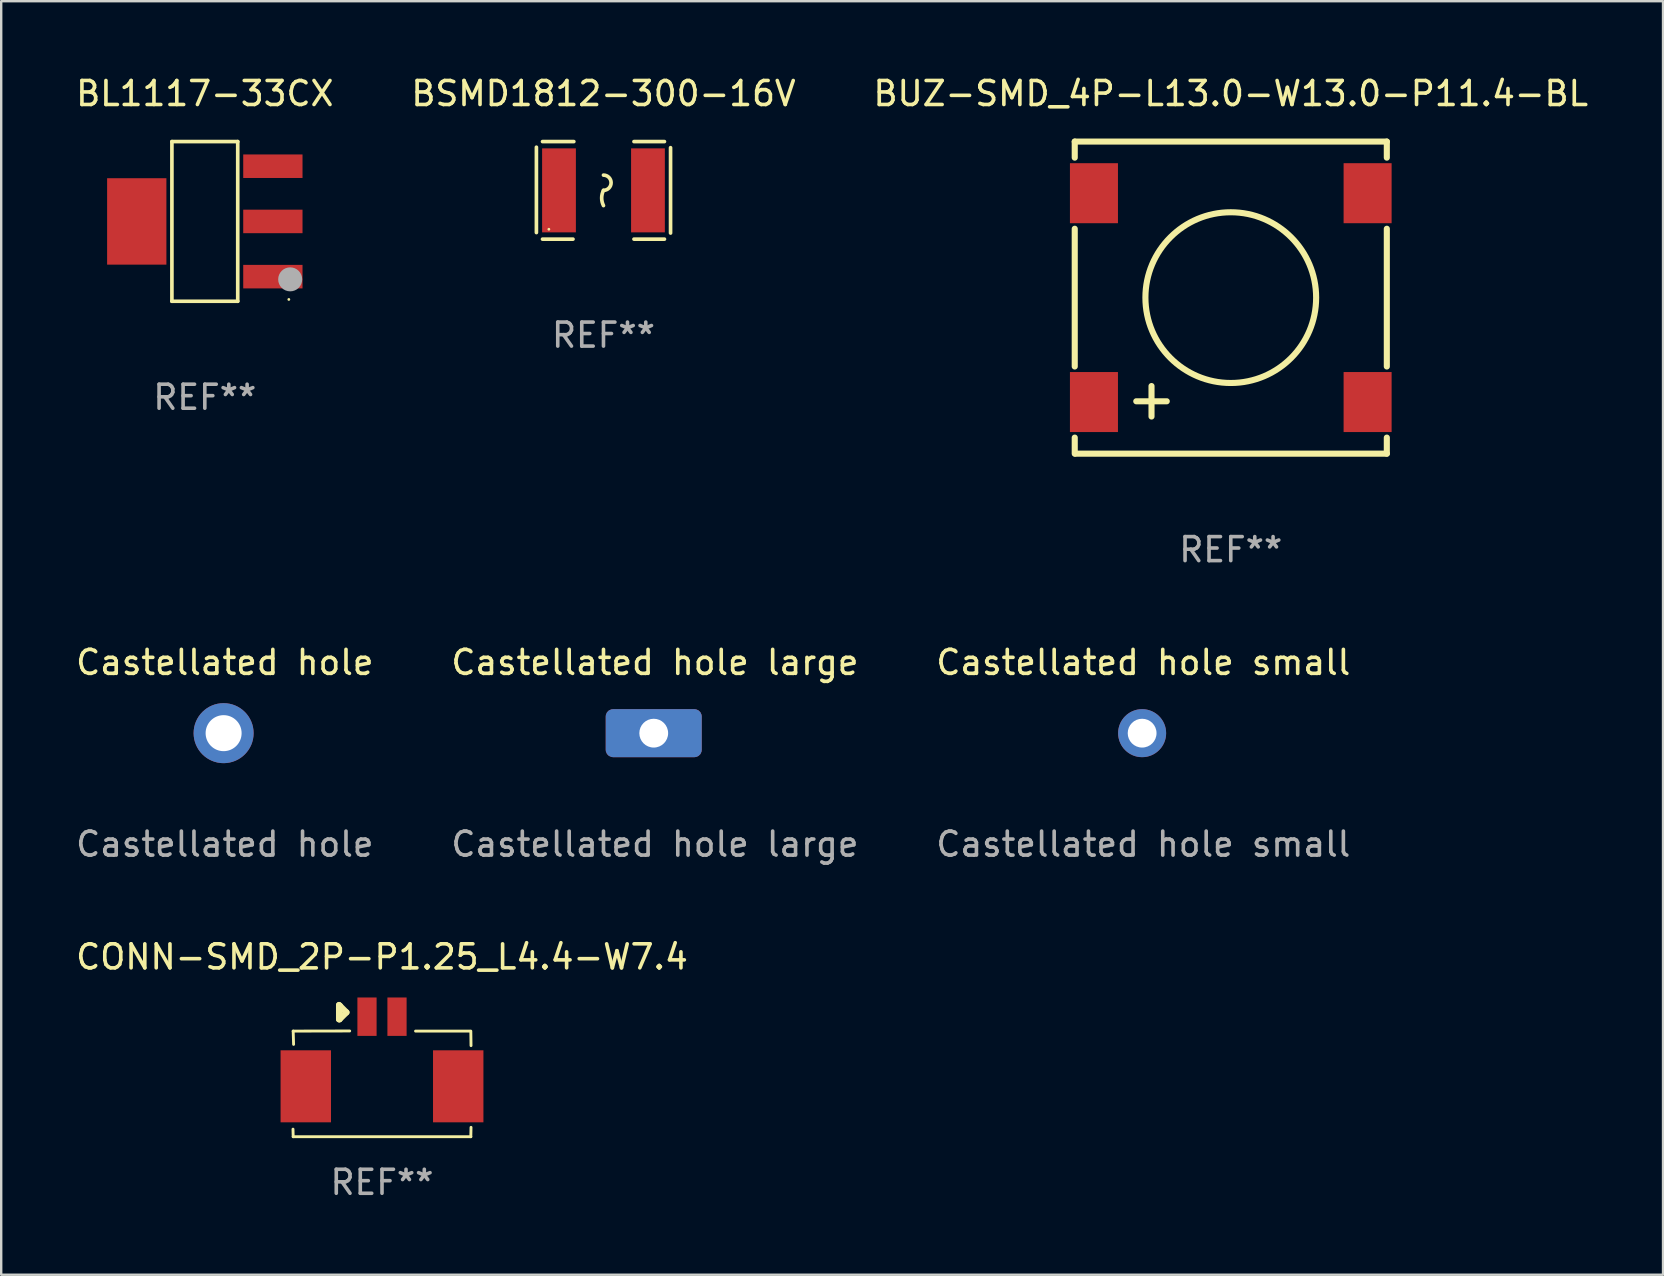
<source format=kicad_pcb>
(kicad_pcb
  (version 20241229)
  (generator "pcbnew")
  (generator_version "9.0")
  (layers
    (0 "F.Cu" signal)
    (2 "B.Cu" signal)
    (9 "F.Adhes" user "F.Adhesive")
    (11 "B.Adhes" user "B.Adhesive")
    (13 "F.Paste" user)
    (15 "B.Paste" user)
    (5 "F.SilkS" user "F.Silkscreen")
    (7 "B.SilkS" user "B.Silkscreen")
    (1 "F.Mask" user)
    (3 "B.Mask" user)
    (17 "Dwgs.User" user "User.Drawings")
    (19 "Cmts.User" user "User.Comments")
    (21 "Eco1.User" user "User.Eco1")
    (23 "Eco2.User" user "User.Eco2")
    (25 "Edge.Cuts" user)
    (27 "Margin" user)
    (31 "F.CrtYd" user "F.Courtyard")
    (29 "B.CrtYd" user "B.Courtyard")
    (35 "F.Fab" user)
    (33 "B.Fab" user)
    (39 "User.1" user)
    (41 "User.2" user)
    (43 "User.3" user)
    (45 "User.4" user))
  (footprint "Castellated hole large"
    (layer "F.Cu")
    (at 24.207 27.491)
    (property "Reference" "Castellated hole large" (at 0.025 -2.946 0) (unlocked yes) (layer "F.SilkS") (effects (font (size 1 1) (thickness 0.15))))
    (attr exclude_from_pos_files exclude_from_bom)
    (fp_text user "${REFERENCE}" (at 0.025 4.624 0) (unlocked yes) (layer "F.Fab") (effects (font (size 1 1) (thickness 0.15))))
    (pad "1" thru_hole roundrect (at -0.025 0) (size 4 2) (drill 1.2) (layers "*.Cu" "*.Mask") (roundrect_rratio 0.152)))
  (footprint "Castellated hole small"
    (layer "F.Cu")
    (at 44.552 27.491)
    (property "Reference" "Castellated hole small" (at 0.025 -2.946 0) (unlocked yes) (layer "F.SilkS") (effects (font (size 1 1) (thickness 0.15))))
    (attr exclude_from_pos_files exclude_from_bom)
    (fp_text user "${REFERENCE}" (at 0.025 4.624 0) (unlocked yes) (layer "F.Fab") (effects (font (size 1 1) (thickness 0.15))))
    (pad "1" thru_hole circle (at -0.025 0) (size 2 2) (drill 1.2) (layers "*.Cu" "*.Mask")))
  (footprint "CONN-SMD_2P-P1.25_L4.4-W7.4"
    (layer "F.Cu")
    (at 12.863 40.507)
    (property "Reference" "CONN-SMD_2P-P1.25_L4.4-W7.4" (at 0 -3.695 0) (layer "F.SilkS") (effects (font (size 1 1) (thickness 0.15))))
    (attr through_hole)
    (fp_line (start -3.708 3.48) (end -3.7 3.795) (stroke (width 0.12) (type solid)) (layer "F.SilkS"))
    (fp_line (start -3.7 -0.605) (end -3.683 -0.051) (stroke (width 0.12) (type solid)) (layer "F.SilkS"))
    (fp_line (start -3.7 -0.605) (end -1.346 -0.61) (stroke (width 0.12) (type solid)) (layer "F.SilkS"))
    (fp_line (start -3.7 3.795) (end 3.7 3.795) (stroke (width 0.12) (type solid)) (layer "F.SilkS"))
    (fp_line (start -1.79 -1.685) (end -1.79 -1.096) (stroke (width 0.254) (type solid)) (layer "F.SilkS"))
    (fp_line (start -1.79 -1.096) (end -1.769 -1.096) (stroke (width 0.254) (type solid)) (layer "F.SilkS"))
    (fp_line (start -1.769 -1.096) (end -1.48 -1.385) (stroke (width 0.254) (type solid)) (layer "F.SilkS"))
    (fp_line (start -1.749 -1.654) (end -1.79 -1.695) (stroke (width 0.254) (type solid)) (layer "F.SilkS"))
    (fp_line (start -1.48 -1.385) (end -1.749 -1.654) (stroke (width 0.254) (type solid)) (layer "F.SilkS"))
    (fp_line (start 3.658 -0.605) (end 1.397 -0.605) (stroke (width 0.12) (type solid)) (layer "F.SilkS"))
    (fp_line (start 3.7 3.795) (end 3.708 3.404) (stroke (width 0.12) (type solid)) (layer "F.SilkS"))
    (fp_line (start 3.708 0) (end 3.7 -0.605) (stroke (width 0.12) (type solid)) (layer "F.SilkS"))
    (fp_text user "REF**" (at 0 5.695 0) (layer "F.Fab") (effects (font (size 1 1) (thickness 0.15))))
    (pad "0" smd rect (at -3.175 1.695) (size 2.1 3) (layers "F.Cu" "F.Mask" "F.Paste"))
    (pad "0" smd rect (at 3.175 1.695) (size 2.1 3) (layers "F.Cu" "F.Mask" "F.Paste"))
    (pad "1" smd rect (at -0.625 -1.205) (size 0.8 1.6) (layers "F.Cu" "F.Mask" "F.Paste"))
    (pad "2" smd rect (at 0.625 -1.205) (size 0.8 1.6) (layers "F.Cu" "F.Mask" "F.Paste")))
  (footprint "Castellated hole"
    (layer "F.Cu")
    (at 6.29 27.491)
    (property "Reference" "Castellated hole" (at 0.025 -2.946 0) (unlocked yes) (layer "F.SilkS") (effects (font (size 1 1) (thickness 0.15))))
    (attr exclude_from_pos_files exclude_from_bom)
    (fp_text user "${REFERENCE}" (at 0.025 4.624 0) (unlocked yes) (layer "F.Fab") (effects (font (size 1 1) (thickness 0.15))))
    (pad "1" thru_hole circle (at -0.025 0) (size 2.5 2.5) (drill 1.5) (layers "*.Cu" "*.Mask")))
  (footprint "BUZ-SMD_4P-L13.0-W13.0-P11.4-BL"
    (layer "F.Cu")
    (at 48.22 9.348)
    (property "Reference" "BUZ-SMD_4P-L13.0-W13.0-P11.4-BL" (at 0 -8.5 0) (layer "F.SilkS") (effects (font (size 1 1) (thickness 0.15))))
    (attr through_hole)
    (fp_line (start -6.5 -6.5) (end -6.5 -5.831) (stroke (width 0.254) (type solid)) (layer "F.SilkS"))
    (fp_line (start -6.5 -6.5) (end 6.5 -6.5) (stroke (width 0.254) (type solid)) (layer "F.SilkS"))
    (fp_line (start -6.5 -2.869) (end -6.5 2.869) (stroke (width 0.254) (type solid)) (layer "F.SilkS"))
    (fp_line (start -6.5 5.831) (end -6.5 6.5) (stroke (width 0.254) (type solid)) (layer "F.SilkS"))
    (fp_line (start -3.937 4.318) (end -2.667 4.318) (stroke (width 0.254) (type solid)) (layer "F.SilkS"))
    (fp_line (start -3.302 3.683) (end -3.302 4.953) (stroke (width 0.254) (type solid)) (layer "F.SilkS"))
    (fp_line (start 6.5 -6.5) (end 6.5 -5.831) (stroke (width 0.254) (type solid)) (layer "F.SilkS"))
    (fp_line (start 6.5 -2.869) (end 6.5 2.869) (stroke (width 0.254) (type solid)) (layer "F.SilkS"))
    (fp_line (start 6.5 5.831) (end 6.5 6.5) (stroke (width 0.254) (type solid)) (layer "F.SilkS"))
    (fp_line (start 6.5 6.5) (end -6.477 6.5) (stroke (width 0.254) (type solid)) (layer "F.SilkS"))
    (fp_circle (center -6.5 6.5) (end -6.47 6.5) (stroke (width 0.06) (type solid)) (fill no) (layer "F.SilkS"))
    (fp_circle (center 0 0.000025) (end 3.556 0.000025) (stroke (width 0.254) (type solid)) (fill no) (layer "F.SilkS"))
    (fp_text user "REF**" (at 0 10.5 0) (layer "F.Fab") (effects (font (size 1 1) (thickness 0.15))))
    (pad "1" smd rect (at -5.7 4.35) (size 2 2.5) (layers "F.Cu" "F.Mask" "F.Paste"))
    (pad "2" smd rect (at 5.7 4.35) (size 2 2.5) (layers "F.Cu" "F.Mask" "F.Paste"))
    (pad "3" smd rect (at 5.7 -4.35) (size 2 2.5) (layers "F.Cu" "F.Mask" "F.Paste"))
    (pad "4" smd rect (at -5.7 -4.35) (size 2 2.5) (layers "F.Cu" "F.Mask" "F.Paste")))
  (footprint "BSMD1812-300-16V"
    (layer "F.Cu")
    (at 22.089 4.88)
    (property "Reference" "BSMD1812-300-16V" (at 0 -4.032 0) (layer "F.SilkS") (effects (font (size 1 1) (thickness 0.15))))
    (attr through_hole)
    (fp_line (start -2.794 -1.798) (end -2.794 1.758) (stroke (width 0.152) (type solid)) (layer "F.SilkS"))
    (fp_line (start -2.54 -2.032) (end -1.235 -2.032) (stroke (width 0.152) (type solid)) (layer "F.SilkS"))
    (fp_line (start -1.27 2.032) (end -2.54 2.032) (stroke (width 0.152) (type solid)) (layer "F.SilkS"))
    (fp_line (start 1.27 2.032) (end 2.54 2.032) (stroke (width 0.152) (type solid)) (layer "F.SilkS"))
    (fp_line (start 2.54 -2.032) (end 1.27 -2.032) (stroke (width 0.152) (type solid)) (layer "F.SilkS"))
    (fp_line (start 2.794 -1.778) (end 2.794 1.778) (stroke (width 0.152) (type solid)) (layer "F.SilkS"))
    (fp_arc (start 0 -0.635002) (mid 0.317501 -0.317501) (end 0 0) (stroke (width 0.151994) (type solid)) (layer "F.SilkS"))
    (fp_arc (start 0 0.635001) (mid -0.074951 0.317501) (end 0 0) (stroke (width 0.151994) (type solid)) (layer "F.SilkS"))
    (fp_circle (center -2.275 1.62) (end -2.245 1.62) (stroke (width 0.06) (type solid)) (fill no) (layer "F.SilkS"))
    (fp_text user "REF**" (at 0 6.032 0) (layer "F.Fab") (effects (font (size 1 1) (thickness 0.15))))
    (pad "1" smd rect (at -1.853 0) (size 1.407 3.499) (layers "F.Cu" "F.Mask" "F.Paste"))
    (pad "2" smd rect (at 1.853 0) (size 1.407 3.499) (layers "F.Cu" "F.Mask" "F.Paste")))
  (footprint "BL1117-33CX"
    (layer "F.Cu")
    (at 5.482 6.174)
    (property "Reference" "BL1117-33CX" (at 0 -5.326 0) (layer "F.SilkS") (effects (font (size 1 1) (thickness 0.15))))
    (attr through_hole)
    (fp_line (start -1.371 -3.326) (end 1.371 -3.326) (stroke (width 0.152) (type solid)) (layer "F.SilkS"))
    (fp_line (start -1.371 3.326) (end -1.371 -3.326) (stroke (width 0.152) (type solid)) (layer "F.SilkS"))
    (fp_line (start 1.371 -3.326) (end 1.371 3.326) (stroke (width 0.152) (type solid)) (layer "F.SilkS"))
    (fp_line (start 1.371 3.326) (end -1.371 3.326) (stroke (width 0.152) (type solid)) (layer "F.SilkS"))
    (fp_circle (center 3.5 3.25) (end 3.53 3.25) (stroke (width 0.06) (type solid)) (fill no) (layer "F.SilkS"))
    (fp_circle (center 3.556 2.413) (end 3.806 2.413) (stroke (width 0.5) (type solid)) (fill no) (layer "F.Fab"))
    (fp_text user "REF**" (at 0 7.326 0) (layer "F.Fab") (effects (font (size 1 1) (thickness 0.15))))
    (pad "1" smd rect (at 2.835 2.3) (size 2.47 0.98) (layers "F.Cu" "F.Mask" "F.Paste"))
    (pad "2" smd rect (at 2.835 0) (size 2.47 0.98) (layers "F.Cu" "F.Mask" "F.Paste"))
    (pad "3" smd rect (at 2.835 -2.3) (size 2.47 0.98) (layers "F.Cu" "F.Mask" "F.Paste"))
    (pad "4" smd rect (at -2.835 0) (size 2.47 3.6) (layers "F.Cu" "F.Mask" "F.Paste")))
  (gr_rect
    (start -3 -3)
    (end 66.226 50.05)
    (stroke (width 0.1) (type default))
    (fill no)
    (layer "Edge.Cuts")))
</source>
